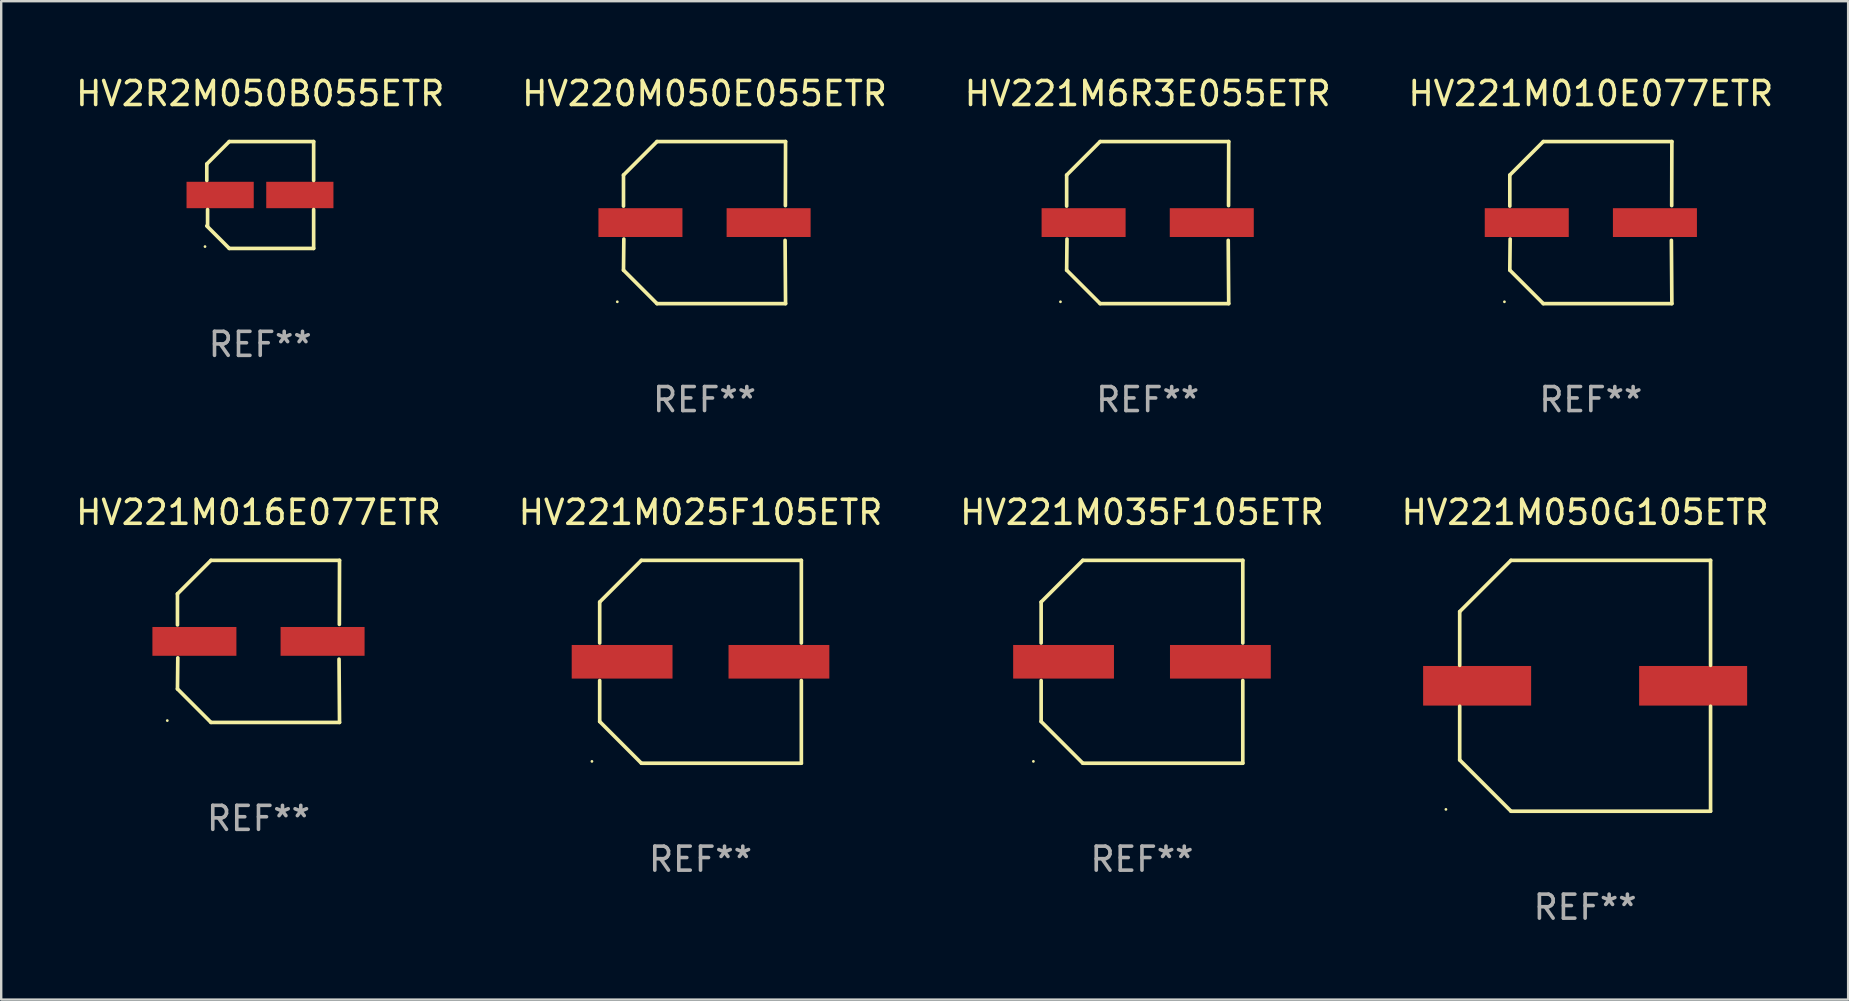
<source format=kicad_pcb>
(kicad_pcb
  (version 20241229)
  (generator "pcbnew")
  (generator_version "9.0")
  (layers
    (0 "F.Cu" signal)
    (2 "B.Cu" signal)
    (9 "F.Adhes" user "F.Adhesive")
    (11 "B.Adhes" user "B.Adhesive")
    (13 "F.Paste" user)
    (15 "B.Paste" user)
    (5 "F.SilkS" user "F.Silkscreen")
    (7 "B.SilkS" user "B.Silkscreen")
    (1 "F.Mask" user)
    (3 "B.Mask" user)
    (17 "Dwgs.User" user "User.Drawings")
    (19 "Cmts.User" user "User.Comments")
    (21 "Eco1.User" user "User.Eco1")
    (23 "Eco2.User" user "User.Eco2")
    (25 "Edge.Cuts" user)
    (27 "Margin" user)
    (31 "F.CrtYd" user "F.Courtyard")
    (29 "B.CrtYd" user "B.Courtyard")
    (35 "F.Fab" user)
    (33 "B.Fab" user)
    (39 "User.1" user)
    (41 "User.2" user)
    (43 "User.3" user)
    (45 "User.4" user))
  (footprint "HV221M035F105ETR"
    (layer "F.Cu")
    (at 44.53 24.523)
    (property "Reference" "HV221M035F105ETR" (at 0 -6.226 0) (layer "F.SilkS") (effects (font (size 1 1) (thickness 0.15))))
    (attr through_hole)
    (fp_line (start -4.201 -2.49) (end -4.201 -0.782) (stroke (width 0.152) (type solid)) (layer "F.SilkS"))
    (fp_line (start -4.201 2.49) (end -4.201 0.782) (stroke (width 0.152) (type solid)) (layer "F.SilkS"))
    (fp_line (start -2.465 -4.226) (end -4.201 -2.49) (stroke (width 0.152) (type solid)) (layer "F.SilkS"))
    (fp_line (start -2.465 4.226) (end -4.201 2.49) (stroke (width 0.152) (type solid)) (layer "F.SilkS"))
    (fp_line (start 4.201 -4.226) (end -2.465 -4.226) (stroke (width 0.152) (type solid)) (layer "F.SilkS"))
    (fp_line (start 4.201 -0.782) (end 4.201 -4.226) (stroke (width 0.152) (type solid)) (layer "F.SilkS"))
    (fp_line (start 4.201 0.782) (end 4.201 4.226) (stroke (width 0.152) (type solid)) (layer "F.SilkS"))
    (fp_line (start 4.201 4.226) (end -2.465 4.226) (stroke (width 0.152) (type solid)) (layer "F.SilkS"))
    (fp_circle (center -4.524 4.15) (end -4.494 4.15) (stroke (width 0.06) (type solid)) (fill no) (layer "F.SilkS"))
    (fp_text user "REF**" (at 0 8.226 0) (layer "F.Fab") (effects (font (size 1 1) (thickness 0.15))))
    (pad "1" smd rect (at -3.267 0) (size 4.2 1.4) (layers "F.Cu" "F.Mask" "F.Paste"))
    (pad "2" smd rect (at 3.267 0) (size 4.2 1.4) (layers "F.Cu" "F.Mask" "F.Paste")))
  (footprint "HV221M050G105ETR"
    (layer "F.Cu")
    (at 62.994 25.523)
    (property "Reference" "HV221M050G105ETR" (at 0 -7.226 0) (layer "F.SilkS") (effects (font (size 1 1) (thickness 0.15))))
    (attr through_hole)
    (fp_line (start -5.226 -3.09) (end -5.226 -0.852) (stroke (width 0.152) (type solid)) (layer "F.SilkS"))
    (fp_line (start -5.226 3.09) (end -5.226 0.852) (stroke (width 0.152) (type solid)) (layer "F.SilkS"))
    (fp_line (start -3.09 -5.226) (end -5.226 -3.09) (stroke (width 0.152) (type solid)) (layer "F.SilkS"))
    (fp_line (start -3.09 5.226) (end -5.226 3.09) (stroke (width 0.152) (type solid)) (layer "F.SilkS"))
    (fp_line (start 5.226 -5.226) (end -3.09 -5.226) (stroke (width 0.152) (type solid)) (layer "F.SilkS"))
    (fp_line (start 5.226 -0.852) (end 5.226 -5.226) (stroke (width 0.152) (type solid)) (layer "F.SilkS"))
    (fp_line (start 5.226 0.852) (end 5.226 5.226) (stroke (width 0.152) (type solid)) (layer "F.SilkS"))
    (fp_line (start 5.226 5.226) (end -3.09 5.226) (stroke (width 0.152) (type solid)) (layer "F.SilkS"))
    (fp_circle (center -5.8 5.15) (end -5.77 5.15) (stroke (width 0.06) (type solid)) (fill no) (layer "F.SilkS"))
    (fp_text user "REF**" (at 0 9.226 0) (layer "F.Fab") (effects (font (size 1 1) (thickness 0.15))))
    (pad "1" smd rect (at -4.5 0) (size 4.5 1.65) (layers "F.Cu" "F.Mask" "F.Paste"))
    (pad "2" smd rect (at 4.5 0) (size 4.5 1.65) (layers "F.Cu" "F.Mask" "F.Paste")))
  (footprint "HV221M025F105ETR"
    (layer "F.Cu")
    (at 26.137 24.523)
    (property "Reference" "HV221M025F105ETR" (at 0 -6.226 0) (layer "F.SilkS") (effects (font (size 1 1) (thickness 0.15))))
    (attr through_hole)
    (fp_line (start -4.201 -2.49) (end -4.201 -0.782) (stroke (width 0.152) (type solid)) (layer "F.SilkS"))
    (fp_line (start -4.201 2.49) (end -4.201 0.782) (stroke (width 0.152) (type solid)) (layer "F.SilkS"))
    (fp_line (start -2.465 -4.226) (end -4.201 -2.49) (stroke (width 0.152) (type solid)) (layer "F.SilkS"))
    (fp_line (start -2.465 4.226) (end -4.201 2.49) (stroke (width 0.152) (type solid)) (layer "F.SilkS"))
    (fp_line (start 4.201 -4.226) (end -2.465 -4.226) (stroke (width 0.152) (type solid)) (layer "F.SilkS"))
    (fp_line (start 4.201 -0.782) (end 4.201 -4.226) (stroke (width 0.152) (type solid)) (layer "F.SilkS"))
    (fp_line (start 4.201 0.782) (end 4.201 4.226) (stroke (width 0.152) (type solid)) (layer "F.SilkS"))
    (fp_line (start 4.201 4.226) (end -2.465 4.226) (stroke (width 0.152) (type solid)) (layer "F.SilkS"))
    (fp_circle (center -4.524 4.15) (end -4.494 4.15) (stroke (width 0.06) (type solid)) (fill no) (layer "F.SilkS"))
    (fp_text user "REF**" (at 0 8.226 0) (layer "F.Fab") (effects (font (size 1 1) (thickness 0.15))))
    (pad "1" smd rect (at -3.267 0) (size 4.2 1.4) (layers "F.Cu" "F.Mask" "F.Paste"))
    (pad "2" smd rect (at 3.267 0) (size 4.2 1.4) (layers "F.Cu" "F.Mask" "F.Paste")))
  (footprint "HV2R2M050B055ETR"
    (layer "F.Cu")
    (at 7.792 5.074)
    (property "Reference" "HV2R2M050B055ETR" (at 0 -4.226 0) (layer "F.SilkS") (effects (font (size 1 1) (thickness 0.15))))
    (attr through_hole)
    (fp_line (start -2.226 -1.29) (end -2.226 -0.607) (stroke (width 0.152) (type solid)) (layer "F.SilkS"))
    (fp_line (start -2.193 1.29) (end -2.193 0.607) (stroke (width 0.152) (type solid)) (layer "F.SilkS"))
    (fp_line (start -1.29 2.226) (end -2.226 1.29) (stroke (width 0.152) (type solid)) (layer "F.SilkS"))
    (fp_line (start -1.29 -2.226) (end -2.226 -1.29) (stroke (width 0.152) (type solid)) (layer "F.SilkS"))
    (fp_line (start 2.226 -2.226) (end -1.29 -2.226) (stroke (width 0.152) (type solid)) (layer "F.SilkS"))
    (fp_line (start 2.226 -0.607) (end 2.226 -2.226) (stroke (width 0.152) (type solid)) (layer "F.SilkS"))
    (fp_line (start 2.226 0.607) (end 2.226 2.226) (stroke (width 0.152) (type solid)) (layer "F.SilkS"))
    (fp_line (start 2.226 2.226) (end -1.29 2.226) (stroke (width 0.152) (type solid)) (layer "F.SilkS"))
    (fp_circle (center -2.3 2.15) (end -2.27 2.15) (stroke (width 0.06) (type solid)) (fill no) (layer "F.SilkS"))
    (fp_text user "REF**" (at 0 6.226 0) (layer "F.Fab") (effects (font (size 1 1) (thickness 0.15))))
    (pad "1" smd rect (at -1.67 -0.000025) (size 2.8 1.1) (layers "F.Cu" "F.Mask" "F.Paste"))
    (pad "2" smd rect (at 1.651 -0.000025) (size 2.8 1.1) (layers "F.Cu" "F.Mask" "F.Paste")))
  (footprint "HV221M016E077ETR"
    (layer "F.Cu")
    (at 7.72 23.673)
    (property "Reference" "HV221M016E077ETR" (at 0 -5.376 0) (layer "F.SilkS") (effects (font (size 1 1) (thickness 0.15))))
    (attr through_hole)
    (fp_line (start -3.376 -1.98) (end -3.376 -0.686) (stroke (width 0.152) (type solid)) (layer "F.SilkS"))
    (fp_line (start -3.376 1.981) (end -3.362 0.686) (stroke (width 0.152) (type solid)) (layer "F.SilkS"))
    (fp_line (start -1.981 3.376) (end -3.376 1.981) (stroke (width 0.152) (type solid)) (layer "F.SilkS"))
    (fp_line (start -1.98 -3.376) (end -3.376 -1.98) (stroke (width 0.152) (type solid)) (layer "F.SilkS"))
    (fp_line (start 3.356 0.74) (end 3.376 3.376) (stroke (width 0.152) (type solid)) (layer "F.SilkS"))
    (fp_line (start 3.369 -0.707) (end 3.376 -3.376) (stroke (width 0.152) (type solid)) (layer "F.SilkS"))
    (fp_line (start 3.376 3.376) (end -1.981 3.376) (stroke (width 0.152) (type solid)) (layer "F.SilkS"))
    (fp_line (start 3.376 -3.376) (end -1.98 -3.376) (stroke (width 0.152) (type solid)) (layer "F.SilkS"))
    (fp_circle (center -3.8 3.3) (end -3.77 3.3) (stroke (width 0.06) (type solid)) (fill no) (layer "F.SilkS"))
    (fp_text user "REF**" (at 0 7.376 0) (layer "F.Fab") (effects (font (size 1 1) (thickness 0.15))))
    (pad "1" smd rect (at -2.67 0.000203) (size 3.5 1.2) (layers "F.Cu" "F.Mask" "F.Paste"))
    (pad "2" smd rect (at 2.67 0.000203) (size 3.5 1.2) (layers "F.Cu" "F.Mask" "F.Paste")))
  (footprint "HV221M010E077ETR"
    (layer "F.Cu")
    (at 63.232 6.224)
    (property "Reference" "HV221M010E077ETR" (at 0 -5.376 0) (layer "F.SilkS") (effects (font (size 1 1) (thickness 0.15))))
    (attr through_hole)
    (fp_line (start -3.376 -1.98) (end -3.376 -0.686) (stroke (width 0.152) (type solid)) (layer "F.SilkS"))
    (fp_line (start -3.376 1.981) (end -3.362 0.686) (stroke (width 0.152) (type solid)) (layer "F.SilkS"))
    (fp_line (start -1.981 3.376) (end -3.376 1.981) (stroke (width 0.152) (type solid)) (layer "F.SilkS"))
    (fp_line (start -1.98 -3.376) (end -3.376 -1.98) (stroke (width 0.152) (type solid)) (layer "F.SilkS"))
    (fp_line (start 3.356 0.74) (end 3.376 3.376) (stroke (width 0.152) (type solid)) (layer "F.SilkS"))
    (fp_line (start 3.369 -0.707) (end 3.376 -3.376) (stroke (width 0.152) (type solid)) (layer "F.SilkS"))
    (fp_line (start 3.376 3.376) (end -1.981 3.376) (stroke (width 0.152) (type solid)) (layer "F.SilkS"))
    (fp_line (start 3.376 -3.376) (end -1.98 -3.376) (stroke (width 0.152) (type solid)) (layer "F.SilkS"))
    (fp_circle (center -3.6 3.3) (end -3.57 3.3) (stroke (width 0.06) (type solid)) (fill no) (layer "F.SilkS"))
    (fp_text user "REF**" (at 0 7.376 0) (layer "F.Fab") (effects (font (size 1 1) (thickness 0.15))))
    (pad "1" smd rect (at -2.67 0.000381) (size 3.5 1.2) (layers "F.Cu" "F.Mask" "F.Paste"))
    (pad "2" smd rect (at 2.67 0.000381) (size 3.5 1.2) (layers "F.Cu" "F.Mask" "F.Paste")))
  (footprint "HV220M050E055ETR"
    (layer "F.Cu")
    (at 26.304 6.224)
    (property "Reference" "HV220M050E055ETR" (at 0 -5.376 0) (layer "F.SilkS") (effects (font (size 1 1) (thickness 0.15))))
    (attr through_hole)
    (fp_line (start -3.376 -1.98) (end -3.376 -0.686) (stroke (width 0.152) (type solid)) (layer "F.SilkS"))
    (fp_line (start -3.376 1.981) (end -3.362 0.686) (stroke (width 0.152) (type solid)) (layer "F.SilkS"))
    (fp_line (start -1.981 3.376) (end -3.376 1.981) (stroke (width 0.152) (type solid)) (layer "F.SilkS"))
    (fp_line (start -1.98 -3.376) (end -3.376 -1.98) (stroke (width 0.152) (type solid)) (layer "F.SilkS"))
    (fp_line (start 3.356 0.74) (end 3.376 3.376) (stroke (width 0.152) (type solid)) (layer "F.SilkS"))
    (fp_line (start 3.369 -0.707) (end 3.376 -3.376) (stroke (width 0.152) (type solid)) (layer "F.SilkS"))
    (fp_line (start 3.376 3.376) (end -1.981 3.376) (stroke (width 0.152) (type solid)) (layer "F.SilkS"))
    (fp_line (start 3.376 -3.376) (end -1.98 -3.376) (stroke (width 0.152) (type solid)) (layer "F.SilkS"))
    (fp_circle (center -3.634 3.3) (end -3.604 3.3) (stroke (width 0.06) (type solid)) (fill no) (layer "F.SilkS"))
    (fp_text user "REF**" (at 0 7.376 0) (layer "F.Fab") (effects (font (size 1 1) (thickness 0.15))))
    (pad "1" smd rect (at -2.67 0.000254) (size 3.5 1.2) (layers "F.Cu" "F.Mask" "F.Paste"))
    (pad "2" smd rect (at 2.67 0.000254) (size 3.5 1.2) (layers "F.Cu" "F.Mask" "F.Paste")))
  (footprint "HV221M6R3E055ETR"
    (layer "F.Cu")
    (at 44.768 6.224)
    (property "Reference" "HV221M6R3E055ETR" (at 0 -5.376 0) (layer "F.SilkS") (effects (font (size 1 1) (thickness 0.15))))
    (attr through_hole)
    (fp_line (start -3.376 -1.98) (end -3.376 -0.686) (stroke (width 0.152) (type solid)) (layer "F.SilkS"))
    (fp_line (start -3.376 1.981) (end -3.362 0.686) (stroke (width 0.152) (type solid)) (layer "F.SilkS"))
    (fp_line (start -1.981 3.376) (end -3.376 1.981) (stroke (width 0.152) (type solid)) (layer "F.SilkS"))
    (fp_line (start -1.98 -3.376) (end -3.376 -1.98) (stroke (width 0.152) (type solid)) (layer "F.SilkS"))
    (fp_line (start 3.356 0.74) (end 3.376 3.376) (stroke (width 0.152) (type solid)) (layer "F.SilkS"))
    (fp_line (start 3.369 -0.707) (end 3.376 -3.376) (stroke (width 0.152) (type solid)) (layer "F.SilkS"))
    (fp_line (start 3.376 3.376) (end -1.981 3.376) (stroke (width 0.152) (type solid)) (layer "F.SilkS"))
    (fp_line (start 3.376 -3.376) (end -1.98 -3.376) (stroke (width 0.152) (type solid)) (layer "F.SilkS"))
    (fp_circle (center -3.634 3.3) (end -3.604 3.3) (stroke (width 0.06) (type solid)) (fill no) (layer "F.SilkS"))
    (fp_text user "REF**" (at 0 7.376 0) (layer "F.Fab") (effects (font (size 1 1) (thickness 0.15))))
    (pad "1" smd rect (at -2.67 0.000254) (size 3.5 1.2) (layers "F.Cu" "F.Mask" "F.Paste"))
    (pad "2" smd rect (at 2.67 0.000254) (size 3.5 1.2) (layers "F.Cu" "F.Mask" "F.Paste")))
  (gr_rect
    (start -3 -3)
    (end 73.952 38.597)
    (stroke (width 0.1) (type default))
    (fill no)
    (layer "Edge.Cuts")))
</source>
